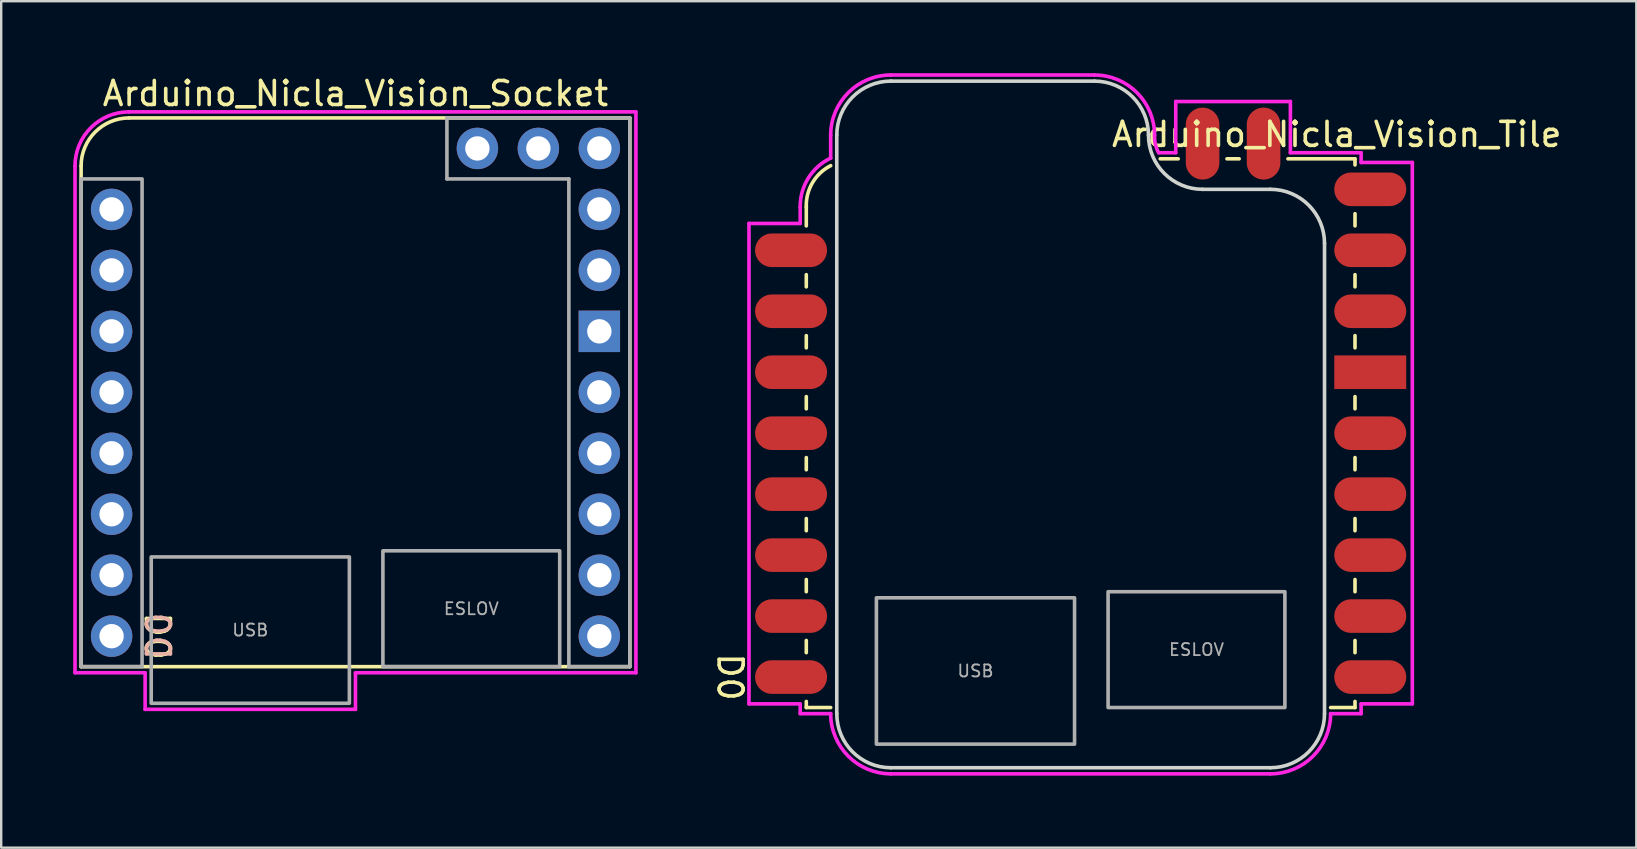
<source format=kicad_pcb>
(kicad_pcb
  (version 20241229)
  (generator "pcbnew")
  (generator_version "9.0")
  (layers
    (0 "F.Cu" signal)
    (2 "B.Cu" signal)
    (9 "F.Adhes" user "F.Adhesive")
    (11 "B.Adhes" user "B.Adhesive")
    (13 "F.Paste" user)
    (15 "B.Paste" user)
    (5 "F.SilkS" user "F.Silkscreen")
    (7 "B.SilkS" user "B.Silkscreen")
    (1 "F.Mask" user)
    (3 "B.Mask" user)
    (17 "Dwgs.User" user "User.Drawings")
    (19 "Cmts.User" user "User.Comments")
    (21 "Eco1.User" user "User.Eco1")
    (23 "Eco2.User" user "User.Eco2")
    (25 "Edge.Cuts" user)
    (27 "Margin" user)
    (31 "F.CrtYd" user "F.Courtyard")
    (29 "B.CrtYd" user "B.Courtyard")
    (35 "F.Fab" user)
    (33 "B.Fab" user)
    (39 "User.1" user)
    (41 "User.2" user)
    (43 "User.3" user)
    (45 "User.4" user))
  (footprint "Arduino_Nicla_Vision_Socket"
    (layer "F.Cu")
    (at 0.329 1.864)
    (property "Reference" "Arduino_Nicla_Vision_Socket" (at 11.43 -1.016 0) (unlocked yes) (layer "F.SilkS") (effects (font (size 1 1) (thickness 0.15))))
    (attr through_hole)
    (fp_line (start 0 22.86) (end 0 2) (stroke (width 0.15) (type solid)) (layer "F.SilkS"))
    (fp_line (start 0 22.86) (end 22.86 22.86) (stroke (width 0.15) (type solid)) (layer "F.SilkS"))
    (fp_line (start 2 0) (end 22.86 0) (stroke (width 0.15) (type solid)) (layer "F.SilkS"))
    (fp_line (start 22.86 0) (end 22.86 22.86) (stroke (width 0.15) (type solid)) (layer "F.SilkS"))
    (fp_arc (start 0 2) (mid 0.585786 0.585786) (end 2 0) (stroke (width 0.15) (type solid)) (layer "F.SilkS"))
    (fp_line (start -0.254 2) (end -0.254 23.114) (stroke (width 0.15) (type solid)) (layer "F.CrtYd"))
    (fp_line (start -0.254 23.114) (end 2.667 23.114) (stroke (width 0.15) (type solid)) (layer "F.CrtYd"))
    (fp_line (start 2.667 23.114) (end 2.667 24.638) (stroke (width 0.15) (type solid)) (layer "F.CrtYd"))
    (fp_line (start 2.667 24.638) (end 11.43 24.638) (stroke (width 0.15) (type solid)) (layer "F.CrtYd"))
    (fp_line (start 11.43 23.114) (end 11.43 24.638) (stroke (width 0.15) (type solid)) (layer "F.CrtYd"))
    (fp_line (start 11.43 23.114) (end 23.114 23.114) (stroke (width 0.15) (type solid)) (layer "F.CrtYd"))
    (fp_line (start 23.114 -0.254) (end 2 -0.254) (stroke (width 0.15) (type solid)) (layer "F.CrtYd"))
    (fp_line (start 23.114 -0.254) (end 23.114 23.114) (stroke (width 0.15) (type solid)) (layer "F.CrtYd"))
    (fp_arc (start -0.254 2) (mid 0.406181 0.406181) (end 2 -0.254) (stroke (width 0.15) (type solid)) (layer "F.CrtYd"))
    (fp_line (start 15.24 0) (end 15.24 2.54) (stroke (width 0.15) (type solid)) (layer "F.Fab"))
    (fp_line (start 15.24 2.54) (end 20.32 2.54) (stroke (width 0.15) (type solid)) (layer "F.Fab"))
    (fp_line (start 20.32 2.54) (end 20.32 22.86) (stroke (width 0.15) (type solid)) (layer "F.Fab"))
    (fp_line (start 20.32 22.86) (end 22.86 22.86) (stroke (width 0.15) (type solid)) (layer "F.Fab"))
    (fp_line (start 22.86 0) (end 15.24 0) (stroke (width 0.15) (type solid)) (layer "F.Fab"))
    (fp_line (start 22.86 22.86) (end 22.86 0) (stroke (width 0.15) (type solid)) (layer "F.Fab"))
    (fp_rect (start 0 2.54) (end 2.54 22.86) (stroke (width 0.15) (type solid)) (fill no) (layer "F.Fab"))
    (fp_rect (start 2.921 18.288) (end 11.176 24.385) (stroke (width 0.15) (type solid)) (fill no) (layer "F.Fab"))
    (fp_rect (start 12.573 18.034) (end 19.939 22.86) (stroke (width 0.15) (type solid)) (fill no) (layer "F.Fab"))
    (fp_text user "D0" (at 3.175 21.59 270) (unlocked yes) (layer "F.SilkS") (effects (font (size 1 1) (thickness 0.15))))
    (fp_text user "D0" (at 3.175 21.59 270) (unlocked yes) (layer "B.SilkS") (effects (font (size 1 1) (thickness 0.15)) (justify mirror)))
    (fp_text user "USB" (at 7.048 21.336 0) (layer "F.Fab") (effects (font (size 0.5 0.5) (thickness 0.075))))
    (fp_text user "ESLOV" (at 16.256 20.447 0) (layer "F.Fab") (effects (font (size 0.5 0.5) (thickness 0.075))))
    (pad "" thru_hole circle (at 21.59 3.81) (size 1.727 1.727) (drill 1.016) (layers "*.Cu" "*.Mask"))
    (pad "A0" thru_hole circle (at 1.27 3.81) (size 1.727 1.727) (drill 1.016) (layers "*.Cu" "*.Mask"))
    (pad "A1" thru_hole circle (at 1.27 6.35) (size 1.727 1.727) (drill 1.016) (layers "*.Cu" "*.Mask"))
    (pad "A2" thru_hole circle (at 1.27 19.05) (size 1.727 1.727) (drill 1.016) (layers "*.Cu" "*.Mask"))
    (pad "D0" thru_hole circle (at 1.27 21.59) (size 1.727 1.727) (drill 1.016) (layers "*.Cu" "*.Mask"))
    (pad "D1" thru_hole circle (at 21.59 16.51) (size 1.727 1.727) (drill 1.016) (layers "*.Cu" "*.Mask"))
    (pad "D2" thru_hole circle (at 21.59 13.97) (size 1.727 1.727) (drill 1.016) (layers "*.Cu" "*.Mask"))
    (pad "D3" thru_hole circle (at 21.59 11.43) (size 1.727 1.727) (drill 1.016) (layers "*.Cu" "*.Mask"))
    (pad "D7" thru_hole circle (at 1.27 16.51) (size 1.727 1.727) (drill 1.016) (layers "*.Cu" "*.Mask"))
    (pad "D8" thru_hole circle (at 1.27 13.97) (size 1.727 1.727) (drill 1.016) (layers "*.Cu" "*.Mask"))
    (pad "D9" thru_hole circle (at 1.27 8.89) (size 1.727 1.727) (drill 1.016) (layers "*.Cu" "*.Mask"))
    (pad "D10" thru_hole circle (at 1.27 11.43) (size 1.727 1.727) (drill 1.016) (layers "*.Cu" "*.Mask"))
    (pad "D11" thru_hole circle (at 21.59 21.59) (size 1.727 1.727) (drill 1.016) (layers "*.Cu" "*.Mask"))
    (pad "D12" thru_hole circle (at 21.59 19.05) (size 1.727 1.727) (drill 1.016) (layers "*.Cu" "*.Mask"))
    (pad "GND" thru_hole rect (at 21.59 8.89) (size 1.727 1.727) (drill 1.016) (layers "*.Cu" "*.Mask"))
    (pad "NTC" thru_hole circle (at 19.05 1.27) (size 1.727 1.727) (drill 1.016) (layers "*.Cu" "*.Mask"))
    (pad "VBAT" thru_hole circle (at 16.51 1.27) (size 1.727 1.727) (drill 1.016) (layers "*.Cu" "*.Mask"))
    (pad "VDIO" thru_hole circle (at 21.59 6.35) (size 1.727 1.727) (drill 1.016) (layers "*.Cu" "*.Mask"))
    (pad "VIN" thru_hole circle (at 21.59 1.27) (size 1.727 1.727) (drill 1.016) (layers "*.Cu" "*.Mask")))
  (footprint "Arduino_Nicla_Vision_Tile"
    (layer "F.Cu")
    (at 30.541 3.567)
    (property "Reference" "Arduino_Nicla_Vision_Tile" (at 22.098 -1.016 0) (unlocked yes) (layer "F.SilkS") (effects (font (size 1 1) (thickness 0.15))))
    (attr smd)
    (fp_line (start 0 2) (end 0 2.794) (stroke (width 0.15) (type solid)) (layer "F.SilkS"))
    (fp_line (start 0 4.826) (end 0 5.334) (stroke (width 0.15) (type solid)) (layer "F.SilkS"))
    (fp_line (start 0 7.366) (end 0 7.874) (stroke (width 0.15) (type solid)) (layer "F.SilkS"))
    (fp_line (start 0 9.906) (end 0 10.414) (stroke (width 0.15) (type solid)) (layer "F.SilkS"))
    (fp_line (start 0 12.446) (end 0 12.954) (stroke (width 0.15) (type solid)) (layer "F.SilkS"))
    (fp_line (start 0 14.986) (end 0 15.494) (stroke (width 0.15) (type solid)) (layer "F.SilkS"))
    (fp_line (start 0 17.526) (end 0 18.034) (stroke (width 0.15) (type solid)) (layer "F.SilkS"))
    (fp_line (start 0 20.066) (end 0 20.574) (stroke (width 0.15) (type solid)) (layer "F.SilkS"))
    (fp_line (start 0 22.606) (end 0 22.86) (stroke (width 0.15) (type solid)) (layer "F.SilkS"))
    (fp_line (start 0 22.86) (end 1.016 22.86) (stroke (width 0.15) (type solid)) (layer "F.SilkS"))
    (fp_line (start 14.744 0) (end 15.494 0) (stroke (width 0.15) (type solid)) (layer "F.SilkS"))
    (fp_line (start 17.526 0) (end 18.034 0) (stroke (width 0.15) (type solid)) (layer "F.SilkS"))
    (fp_line (start 20.066 0) (end 22.86 0) (stroke (width 0.15) (type solid)) (layer "F.SilkS"))
    (fp_line (start 21.844 22.86) (end 22.86 22.86) (stroke (width 0.15) (type solid)) (layer "F.SilkS"))
    (fp_line (start 22.86 0) (end 22.86 0.254) (stroke (width 0.15) (type solid)) (layer "F.SilkS"))
    (fp_line (start 22.86 2.286) (end 22.86 2.794) (stroke (width 0.15) (type solid)) (layer "F.SilkS"))
    (fp_line (start 22.86 4.826) (end 22.86 5.334) (stroke (width 0.15) (type solid)) (layer "F.SilkS"))
    (fp_line (start 22.86 7.366) (end 22.86 7.874) (stroke (width 0.15) (type solid)) (layer "F.SilkS"))
    (fp_line (start 22.86 9.906) (end 22.86 10.414) (stroke (width 0.15) (type solid)) (layer "F.SilkS"))
    (fp_line (start 22.86 12.446) (end 22.86 12.954) (stroke (width 0.15) (type solid)) (layer "F.SilkS"))
    (fp_line (start 22.86 14.986) (end 22.86 15.494) (stroke (width 0.15) (type solid)) (layer "F.SilkS"))
    (fp_line (start 22.86 17.526) (end 22.86 18.034) (stroke (width 0.15) (type solid)) (layer "F.SilkS"))
    (fp_line (start 22.86 20.066) (end 22.86 20.574) (stroke (width 0.15) (type solid)) (layer "F.SilkS"))
    (fp_line (start 22.86 22.606) (end 22.86 22.86) (stroke (width 0.15) (type solid)) (layer "F.SilkS"))
    (fp_arc (start 0 2) (mid 0.257916 0.993931) (end 1.016 0.284) (stroke (width 0.15) (type solid)) (layer "F.SilkS"))
    (fp_line (start 1.27 23.114) (end 1.27 -0.984) (stroke (width 0.15) (type solid)) (layer "Edge.Cuts"))
    (fp_line (start 3.524 25.368) (end 19.336 25.368) (stroke (width 0.15) (type solid)) (layer "Edge.Cuts"))
    (fp_line (start 12.002 -3.238) (end 3.524 -3.238) (stroke (width 0.15) (type solid)) (layer "Edge.Cuts"))
    (fp_line (start 16.51 1.27) (end 19.336 1.27) (stroke (width 0.15) (type solid)) (layer "Edge.Cuts"))
    (fp_line (start 21.59 3.524) (end 21.59 23.114) (stroke (width 0.15) (type solid)) (layer "Edge.Cuts"))
    (fp_arc (start 1.27 -0.984) (mid 1.930181 -2.577819) (end 3.524 -3.238) (stroke (width 0.15) (type solid)) (layer "Edge.Cuts"))
    (fp_arc (start 3.524 25.368) (mid 1.930181 24.707819) (end 1.27 23.114) (stroke (width 0.15) (type solid)) (layer "Edge.Cuts"))
    (fp_arc (start 12.002 -3.238) (mid 13.595819 -2.577819) (end 14.256 -0.984) (stroke (width 0.15) (type solid)) (layer "Edge.Cuts"))
    (fp_arc (start 16.51 1.27) (mid 14.916181 0.609819) (end 14.256 -0.984) (stroke (width 0.15) (type solid)) (layer "Edge.Cuts"))
    (fp_arc (start 19.336 1.27) (mid 20.929819 1.930181) (end 21.59 3.524) (stroke (width 0.15) (type solid)) (layer "Edge.Cuts"))
    (fp_arc (start 21.59 23.114) (mid 20.929819 24.707819) (end 19.336 25.368) (stroke (width 0.15) (type solid)) (layer "Edge.Cuts"))
    (fp_line (start -2.388 2.692) (end -2.388 22.708) (stroke (width 0.15) (type solid)) (layer "F.CrtYd"))
    (fp_line (start -2.388 2.692) (end -0.254 2.692) (stroke (width 0.15) (type solid)) (layer "F.CrtYd"))
    (fp_line (start -2.388 22.708) (end -0.254 22.708) (stroke (width 0.15) (type solid)) (layer "F.CrtYd"))
    (fp_line (start -0.254 2.692) (end -0.254 2) (stroke (width 0.15) (type solid)) (layer "F.CrtYd"))
    (fp_line (start -0.254 22.708) (end -0.254 23.114) (stroke (width 0.15) (type solid)) (layer "F.CrtYd"))
    (fp_line (start -0.254 23.114) (end 1.016 23.114) (stroke (width 0.15) (type solid)) (layer "F.CrtYd"))
    (fp_line (start 1.016 -0.984) (end 1.016 -0.03) (stroke (width 0.15) (type solid)) (layer "F.CrtYd"))
    (fp_line (start 3.524 25.622) (end 19.336 25.622) (stroke (width 0.15) (type solid)) (layer "F.CrtYd"))
    (fp_line (start 12.002 -3.492) (end 3.524 -3.492) (stroke (width 0.15) (type solid)) (layer "F.CrtYd"))
    (fp_line (start 15.392 -2.388) (end 20.168 -2.388) (stroke (width 0.15) (type solid)) (layer "F.CrtYd"))
    (fp_line (start 15.392 -0.254) (end 14.68 -0.254) (stroke (width 0.15) (type solid)) (layer "F.CrtYd"))
    (fp_line (start 15.392 -0.254) (end 15.392 -2.388) (stroke (width 0.15) (type solid)) (layer "F.CrtYd"))
    (fp_line (start 20.168 -2.388) (end 20.168 -0.254) (stroke (width 0.15) (type solid)) (layer "F.CrtYd"))
    (fp_line (start 21.844 23.114) (end 23.114 23.114) (stroke (width 0.15) (type solid)) (layer "F.CrtYd"))
    (fp_line (start 23.114 -0.254) (end 20.168 -0.254) (stroke (width 0.15) (type solid)) (layer "F.CrtYd"))
    (fp_line (start 23.114 -0.254) (end 23.114 0.152) (stroke (width 0.15) (type solid)) (layer "F.CrtYd"))
    (fp_line (start 23.114 22.708) (end 23.114 23.114) (stroke (width 0.15) (type solid)) (layer "F.CrtYd"))
    (fp_line (start 25.248 0.152) (end 23.114 0.152) (stroke (width 0.15) (type solid)) (layer "F.CrtYd"))
    (fp_line (start 25.248 0.152) (end 25.248 22.708) (stroke (width 0.15) (type solid)) (layer "F.CrtYd"))
    (fp_line (start 25.248 22.708) (end 23.114 22.708) (stroke (width 0.15) (type solid)) (layer "F.CrtYd"))
    (fp_arc (start -0.254 2) (mid 0.085154 0.799914) (end 1.016 -0.03) (stroke (width 0.15) (type solid)) (layer "F.CrtYd"))
    (fp_arc (start 1.016 -0.984) (mid 1.750576 -2.757424) (end 3.524 -3.492) (stroke (width 0.15) (type solid)) (layer "F.CrtYd"))
    (fp_arc (start 3.524 25.622) (mid 1.750576 24.887424) (end 1.016 23.114) (stroke (width 0.15) (type solid)) (layer "F.CrtYd"))
    (fp_arc (start 12.002 -3.492) (mid 13.775424 -2.757424) (end 14.51 -0.984) (stroke (width 0.15) (type solid)) (layer "F.CrtYd"))
    (fp_arc (start 14.68 -0.254) (mid 14.543698 -0.607053) (end 14.51 -0.984) (stroke (width 0.15) (type solid)) (layer "F.CrtYd"))
    (fp_arc (start 21.844 23.114) (mid 21.109424 24.887424) (end 19.336 25.622) (stroke (width 0.15) (type solid)) (layer "F.CrtYd"))
    (fp_rect (start 2.921 18.288) (end 11.176 24.385) (stroke (width 0.15) (type solid)) (fill no) (layer "F.Fab"))
    (fp_rect (start 12.573 18.034) (end 19.939 22.86) (stroke (width 0.15) (type solid)) (fill no) (layer "F.Fab"))
    (fp_text user "D0" (at -3.175 21.59 270) (unlocked yes) (layer "F.SilkS") (effects (font (size 1 1) (thickness 0.15))))
    (fp_text user "ESLOV" (at 16.256 20.447 0) (layer "F.Fab") (effects (font (size 0.5 0.5) (thickness 0.075))))
    (fp_text user "USB" (at 7.048 21.336 0) (layer "F.Fab") (effects (font (size 0.5 0.5) (thickness 0.075))))
    (pad "" smd oval (at 23.495 3.81) (size 2.997 1.4) (layers "F.Cu" "F.Mask" "F.Paste"))
    (pad "A0" smd oval (at -0.635 3.81) (size 2.997 1.4) (layers "F.Cu" "F.Mask" "F.Paste"))
    (pad "A1" smd oval (at -0.635 6.35) (size 2.997 1.4) (layers "F.Cu" "F.Mask" "F.Paste"))
    (pad "A2" smd oval (at -0.635 19.05) (size 2.997 1.4) (layers "F.Cu" "F.Mask" "F.Paste"))
    (pad "D0" smd oval (at -0.635 21.59) (size 2.997 1.4) (layers "F.Cu" "F.Mask" "F.Paste"))
    (pad "D1" smd oval (at 23.495 16.51) (size 2.997 1.4) (layers "F.Cu" "F.Mask" "F.Paste"))
    (pad "D2" smd oval (at 23.495 13.97) (size 2.997 1.4) (layers "F.Cu" "F.Mask" "F.Paste"))
    (pad "D3" smd oval (at 23.495 11.43) (size 2.997 1.4) (layers "F.Cu" "F.Mask" "F.Paste"))
    (pad "D7" smd oval (at -0.635 16.51) (size 2.997 1.4) (layers "F.Cu" "F.Mask" "F.Paste"))
    (pad "D8" smd oval (at -0.635 13.97) (size 2.997 1.4) (layers "F.Cu" "F.Mask" "F.Paste"))
    (pad "D9" smd oval (at -0.635 8.89) (size 2.997 1.4) (layers "F.Cu" "F.Mask" "F.Paste"))
    (pad "D10" smd oval (at -0.635 11.43) (size 2.997 1.4) (layers "F.Cu" "F.Mask" "F.Paste"))
    (pad "D11" smd oval (at 23.495 21.59) (size 2.997 1.4) (layers "F.Cu" "F.Mask" "F.Paste"))
    (pad "D12" smd oval (at 23.495 19.05) (size 2.997 1.4) (layers "F.Cu" "F.Mask" "F.Paste"))
    (pad "GND" smd rect (at 23.495 8.89) (size 2.997 1.4) (layers "F.Cu" "F.Mask" "F.Paste"))
    (pad "NTC" smd oval (at 19.05 -0.635 90) (size 2.997 1.4) (layers "F.Cu" "F.Mask" "F.Paste"))
    (pad "VBAT" smd oval (at 16.51 -0.635 90) (size 2.997 1.4) (layers "F.Cu" "F.Mask" "F.Paste"))
    (pad "VDIO" smd oval (at 23.495 6.35) (size 2.997 1.4) (layers "F.Cu" "F.Mask" "F.Paste"))
    (pad "VIN" smd oval (at 23.495 1.27) (size 2.997 1.4) (layers "F.Cu" "F.Mask" "F.Paste")))
  (gr_rect
    (start -3 -3)
    (end 65.121 32.264)
    (stroke (width 0.1) (type default))
    (fill no)
    (layer "Edge.Cuts")))
</source>
